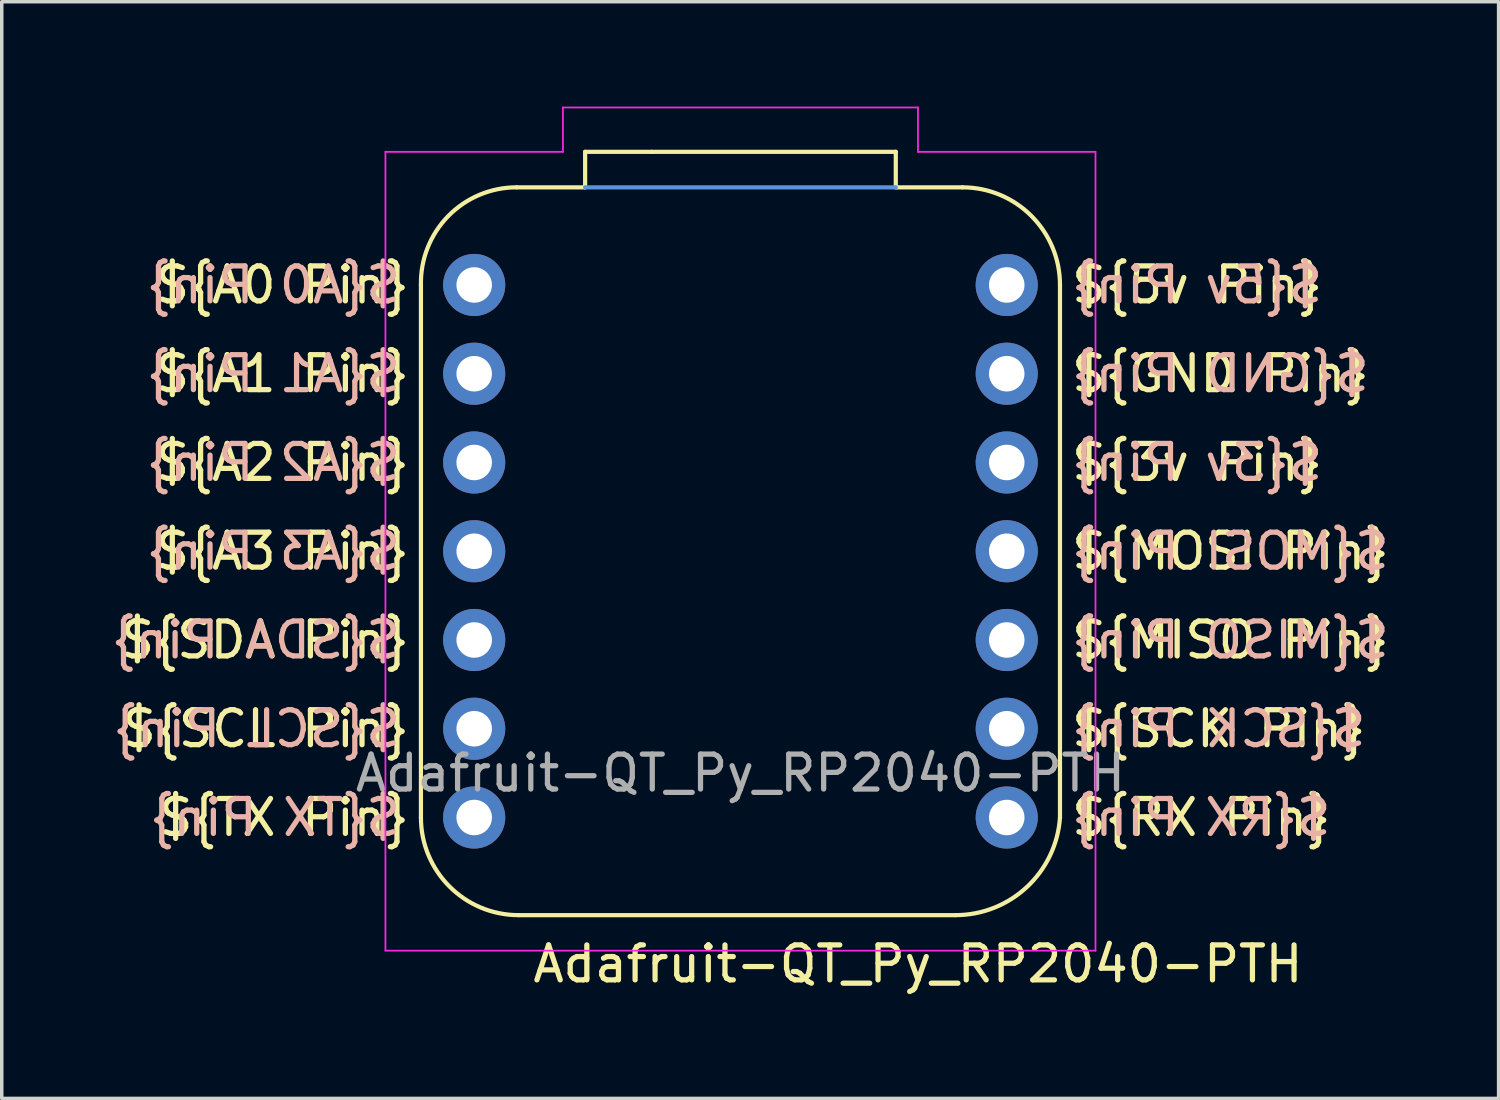
<source format=kicad_pcb>
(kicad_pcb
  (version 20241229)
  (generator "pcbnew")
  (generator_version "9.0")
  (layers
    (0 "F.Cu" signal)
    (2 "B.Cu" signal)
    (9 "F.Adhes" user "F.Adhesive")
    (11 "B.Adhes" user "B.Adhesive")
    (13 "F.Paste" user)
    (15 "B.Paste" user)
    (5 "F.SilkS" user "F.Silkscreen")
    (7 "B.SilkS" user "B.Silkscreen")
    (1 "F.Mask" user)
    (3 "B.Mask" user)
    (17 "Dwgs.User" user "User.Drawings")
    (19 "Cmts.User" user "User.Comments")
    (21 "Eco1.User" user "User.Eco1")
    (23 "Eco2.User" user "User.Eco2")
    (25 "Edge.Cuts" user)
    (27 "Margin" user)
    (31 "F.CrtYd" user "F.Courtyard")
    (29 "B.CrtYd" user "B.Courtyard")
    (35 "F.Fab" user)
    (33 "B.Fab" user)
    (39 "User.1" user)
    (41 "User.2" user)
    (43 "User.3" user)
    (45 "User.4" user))
  (footprint "Adafruit-QT_Py_RP2040-PTH"
    (layer "F.Cu")
    (at 18.14 12.725)
    (property "Reference" "Adafruit-QT_Py_RP2040-PTH" (at 5.08 11.811 0) (unlocked yes) (layer "F.SilkS") (effects (font (size 1 1) (thickness 0.15))))
    (attr through_hole)
    (fp_line (start -9.144 -7.62) (end -9.144 7.62) (stroke (width 0.12) (type solid)) (layer "F.SilkS"))
    (fp_line (start -4.445 -11.43) (end -4.445 -10.414) (stroke (width 0.12) (type solid)) (layer "F.SilkS"))
    (fp_line (start -4.445 -10.414) (end -6.406 -10.414) (stroke (width 0.12) (type solid)) (layer "F.SilkS"))
    (fp_line (start -2.54 -11.43) (end -4.445 -11.43) (stroke (width 0.12) (type solid)) (layer "F.SilkS"))
    (fp_line (start 4.445 -11.43) (end -2.54 -11.43) (stroke (width 0.12) (type solid)) (layer "F.SilkS"))
    (fp_line (start 4.445 -11.43) (end 4.445 -10.414) (stroke (width 0.12) (type solid)) (layer "F.SilkS"))
    (fp_line (start 4.445 -10.414) (end 6.35 -10.414) (stroke (width 0.12) (type solid)) (layer "F.SilkS"))
    (fp_line (start 6.152 10.414) (end -6.35 10.414) (stroke (width 0.12) (type solid)) (layer "F.SilkS"))
    (fp_line (start 9.144 7.62) (end 9.144 -7.62) (stroke (width 0.12) (type solid)) (layer "F.SilkS"))
    (fp_arc (start -9.144 -7.62) (mid -8.362181 -9.592171) (end -6.406344 -10.414) (stroke (width 0.12) (type solid)) (layer "F.SilkS"))
    (fp_arc (start -6.35 10.414) (mid -8.325658 9.595657) (end -9.144 7.62) (stroke (width 0.12) (type solid)) (layer "F.SilkS"))
    (fp_arc (start 6.35 -10.414) (mid 8.325656 -9.595656) (end 9.144 -7.62) (stroke (width 0.12) (type solid)) (layer "F.SilkS"))
    (fp_arc (start 9.144 7.62) (mid 8.199075 9.606875) (end 6.152344 10.414) (stroke (width 0.12) (type solid)) (layer "F.SilkS"))
    (fp_line (start 4.445 -10.414) (end -4.445 -10.414) (stroke (width 0.12) (type solid)) (layer "Cmts.User"))
    (fp_line (start -10.16 -11.43) (end -10.16 11.43) (stroke (width 0.05) (type solid)) (layer "F.CrtYd"))
    (fp_line (start -10.16 11.43) (end 10.16 11.43) (stroke (width 0.05) (type solid)) (layer "F.CrtYd"))
    (fp_line (start -5.08 -12.7) (end -5.08 -11.43) (stroke (width 0.05) (type solid)) (layer "F.CrtYd"))
    (fp_line (start -5.08 -11.43) (end -10.16 -11.43) (stroke (width 0.05) (type solid)) (layer "F.CrtYd"))
    (fp_line (start 5.08 -12.7) (end -5.08 -12.7) (stroke (width 0.05) (type solid)) (layer "F.CrtYd"))
    (fp_line (start 5.08 -11.43) (end 5.08 -12.7) (stroke (width 0.05) (type solid)) (layer "F.CrtYd"))
    (fp_line (start 10.16 -11.43) (end 5.08 -11.43) (stroke (width 0.05) (type solid)) (layer "F.CrtYd"))
    (fp_line (start 10.16 11.43) (end 10.16 -11.43) (stroke (width 0.05) (type solid)) (layer "F.CrtYd"))
    (fp_text user "${MISO Pin}" (at 9.398 2.54 0) (unlocked yes) (layer "F.SilkS") (effects (font (size 1 1) (thickness 0.15)) (justify left)))
    (fp_text user "${SCK Pin}" (at 9.398 5.08 0) (unlocked yes) (layer "F.SilkS") (effects (font (size 1 1) (thickness 0.15)) (justify left)))
    (fp_text user "${SDA Pin}" (at -9.398 2.54 0) (unlocked yes) (layer "F.SilkS") (effects (font (size 1 1) (thickness 0.15)) (justify right)))
    (fp_text user "${A1 Pin}" (at -9.398 -5.08 0) (unlocked yes) (layer "F.SilkS") (effects (font (size 1 1) (thickness 0.15)) (justify right)))
    (fp_text user "${A3 Pin}" (at -9.398 0 0) (unlocked yes) (layer "F.SilkS") (effects (font (size 1 1) (thickness 0.15)) (justify right)))
    (fp_text user "${GND Pin}" (at 9.398 -5.08 0) (unlocked yes) (layer "F.SilkS") (effects (font (size 1 1) (thickness 0.15)) (justify left)))
    (fp_text user "${5v Pin}" (at 9.398 -7.62 0) (unlocked yes) (layer "F.SilkS") (effects (font (size 1 1) (thickness 0.15)) (justify left)))
    (fp_text user "${RX Pin}" (at 9.398 7.62 0) (unlocked yes) (layer "F.SilkS") (effects (font (size 1 1) (thickness 0.15)) (justify left)))
    (fp_text user "${A0 Pin}" (at -9.398 -7.62 0) (unlocked yes) (layer "F.SilkS") (effects (font (size 1 1) (thickness 0.15)) (justify right)))
    (fp_text user "${A2 Pin}" (at -9.398 -2.54 0) (unlocked yes) (layer "F.SilkS") (effects (font (size 1 1) (thickness 0.15)) (justify right)))
    (fp_text user "${3v Pin}" (at 9.398 -2.54 0) (unlocked yes) (layer "F.SilkS") (effects (font (size 1 1) (thickness 0.15)) (justify left)))
    (fp_text user "${MOSI Pin}" (at 9.398 0 0) (unlocked yes) (layer "F.SilkS") (effects (font (size 1 1) (thickness 0.15)) (justify left)))
    (fp_text user "${SCL Pin}" (at -9.398 5.08 0) (unlocked yes) (layer "F.SilkS") (effects (font (size 1 1) (thickness 0.15)) (justify right)))
    (fp_text user "${TX Pin}" (at -9.398 7.62 0) (unlocked yes) (layer "F.SilkS") (effects (font (size 1 1) (thickness 0.15)) (justify right)))
    (fp_text user "${A2 Pin}" (at -9.652 -2.54 0) (unlocked yes) (layer "B.SilkS") (effects (font (size 1 1) (thickness 0.15)) (justify left mirror)))
    (fp_text user "${GND Pin}" (at 9.398 -5.08 0) (unlocked yes) (layer "B.SilkS") (effects (font (size 1 1) (thickness 0.15)) (justify right mirror)))
    (fp_text user "${MOSI Pin}" (at 9.398 0 0) (unlocked yes) (layer "B.SilkS") (effects (font (size 1 1) (thickness 0.15)) (justify right mirror)))
    (fp_text user "${SDA Pin}" (at -9.652 2.54 0) (unlocked yes) (layer "B.SilkS") (effects (font (size 1 1) (thickness 0.15)) (justify left mirror)))
    (fp_text user "${SCK Pin}" (at 9.398 5.08 0) (unlocked yes) (layer "B.SilkS") (effects (font (size 1 1) (thickness 0.15)) (justify right mirror)))
    (fp_text user "${A1 Pin}" (at -9.652 -5.08 0) (unlocked yes) (layer "B.SilkS") (effects (font (size 1 1) (thickness 0.15)) (justify left mirror)))
    (fp_text user "${A0 Pin}" (at -9.652 -7.62 0) (unlocked yes) (layer "B.SilkS") (effects (font (size 1 1) (thickness 0.15)) (justify left mirror)))
    (fp_text user "${A3 Pin}" (at -9.652 0 0) (unlocked yes) (layer "B.SilkS") (effects (font (size 1 1) (thickness 0.15)) (justify left mirror)))
    (fp_text user "${5v Pin}" (at 9.398 -7.62 0) (unlocked yes) (layer "B.SilkS") (effects (font (size 1 1) (thickness 0.15)) (justify right mirror)))
    (fp_text user "${TX Pin}" (at -9.652 7.62 0) (unlocked yes) (layer "B.SilkS") (effects (font (size 1 1) (thickness 0.15)) (justify left mirror)))
    (fp_text user "${3v Pin}" (at 9.398 -2.54 0) (unlocked yes) (layer "B.SilkS") (effects (font (size 1 1) (thickness 0.15)) (justify right mirror)))
    (fp_text user "${RX Pin}" (at 9.398 7.62 0) (unlocked yes) (layer "B.SilkS") (effects (font (size 1 1) (thickness 0.15)) (justify right mirror)))
    (fp_text user "${MISO Pin}" (at 9.398 2.54 0) (unlocked yes) (layer "B.SilkS") (effects (font (size 1 1) (thickness 0.15)) (justify right mirror)))
    (fp_text user "${SCL Pin}" (at -9.652 5.08 0) (unlocked yes) (layer "B.SilkS") (effects (font (size 1 1) (thickness 0.15)) (justify left mirror)))
    (fp_text user "${REFERENCE}" (at 0 6.35 0) (unlocked yes) (layer "F.Fab") (effects (font (size 1 1) (thickness 0.15))))
    (pad "3V" thru_hole circle (at 7.62 -2.54) (size 1.778 1.778) (drill 1.016) (layers "*.Cu" "*.Mask"))
    (pad "5V" thru_hole circle (at 7.62 -7.62) (size 1.778 1.778) (drill 1.016) (layers "*.Cu" "*.Mask"))
    (pad "A0" thru_hole circle (at -7.62 -7.62) (size 1.778 1.778) (drill 1.016) (layers "*.Cu" "*.Mask"))
    (pad "A1" thru_hole circle (at -7.62 -5.08) (size 1.778 1.778) (drill 1.016) (layers "*.Cu" "*.Mask"))
    (pad "A2" thru_hole circle (at -7.62 -2.54) (size 1.778 1.778) (drill 1.016) (layers "*.Cu" "*.Mask"))
    (pad "A3" thru_hole circle (at -7.62 0) (size 1.778 1.778) (drill 1.016) (layers "*.Cu" "*.Mask"))
    (pad "GND" thru_hole circle (at 7.62 -5.08) (size 1.778 1.778) (drill 1.016) (layers "*.Cu" "*.Mask"))
    (pad "MI" thru_hole circle (at 7.62 2.54) (size 1.778 1.778) (drill 1.016) (layers "*.Cu" "*.Mask"))
    (pad "MO" thru_hole circle (at 7.62 0) (size 1.778 1.778) (drill 1.016) (layers "*.Cu" "*.Mask"))
    (pad "RX" thru_hole circle (at 7.62 7.62) (size 1.778 1.778) (drill 1.016) (layers "*.Cu" "*.Mask"))
    (pad "SCK" thru_hole circle (at 7.62 5.08) (size 1.778 1.778) (drill 1.016) (layers "*.Cu" "*.Mask"))
    (pad "SCL" thru_hole circle (at -7.62 5.08) (size 1.778 1.778) (drill 1.016) (layers "*.Cu" "*.Mask"))
    (pad "SDA" thru_hole circle (at -7.62 2.54) (size 1.778 1.778) (drill 1.016) (layers "*.Cu" "*.Mask"))
    (pad "TX" thru_hole circle (at -7.62 7.62) (size 1.778 1.778) (drill 1.016) (layers "*.Cu" "*.Mask")))
  (gr_rect
    (start -3 -3)
    (end 39.836 28.384)
    (stroke (width 0.1) (type default))
    (fill no)
    (layer "Edge.Cuts")))
</source>
